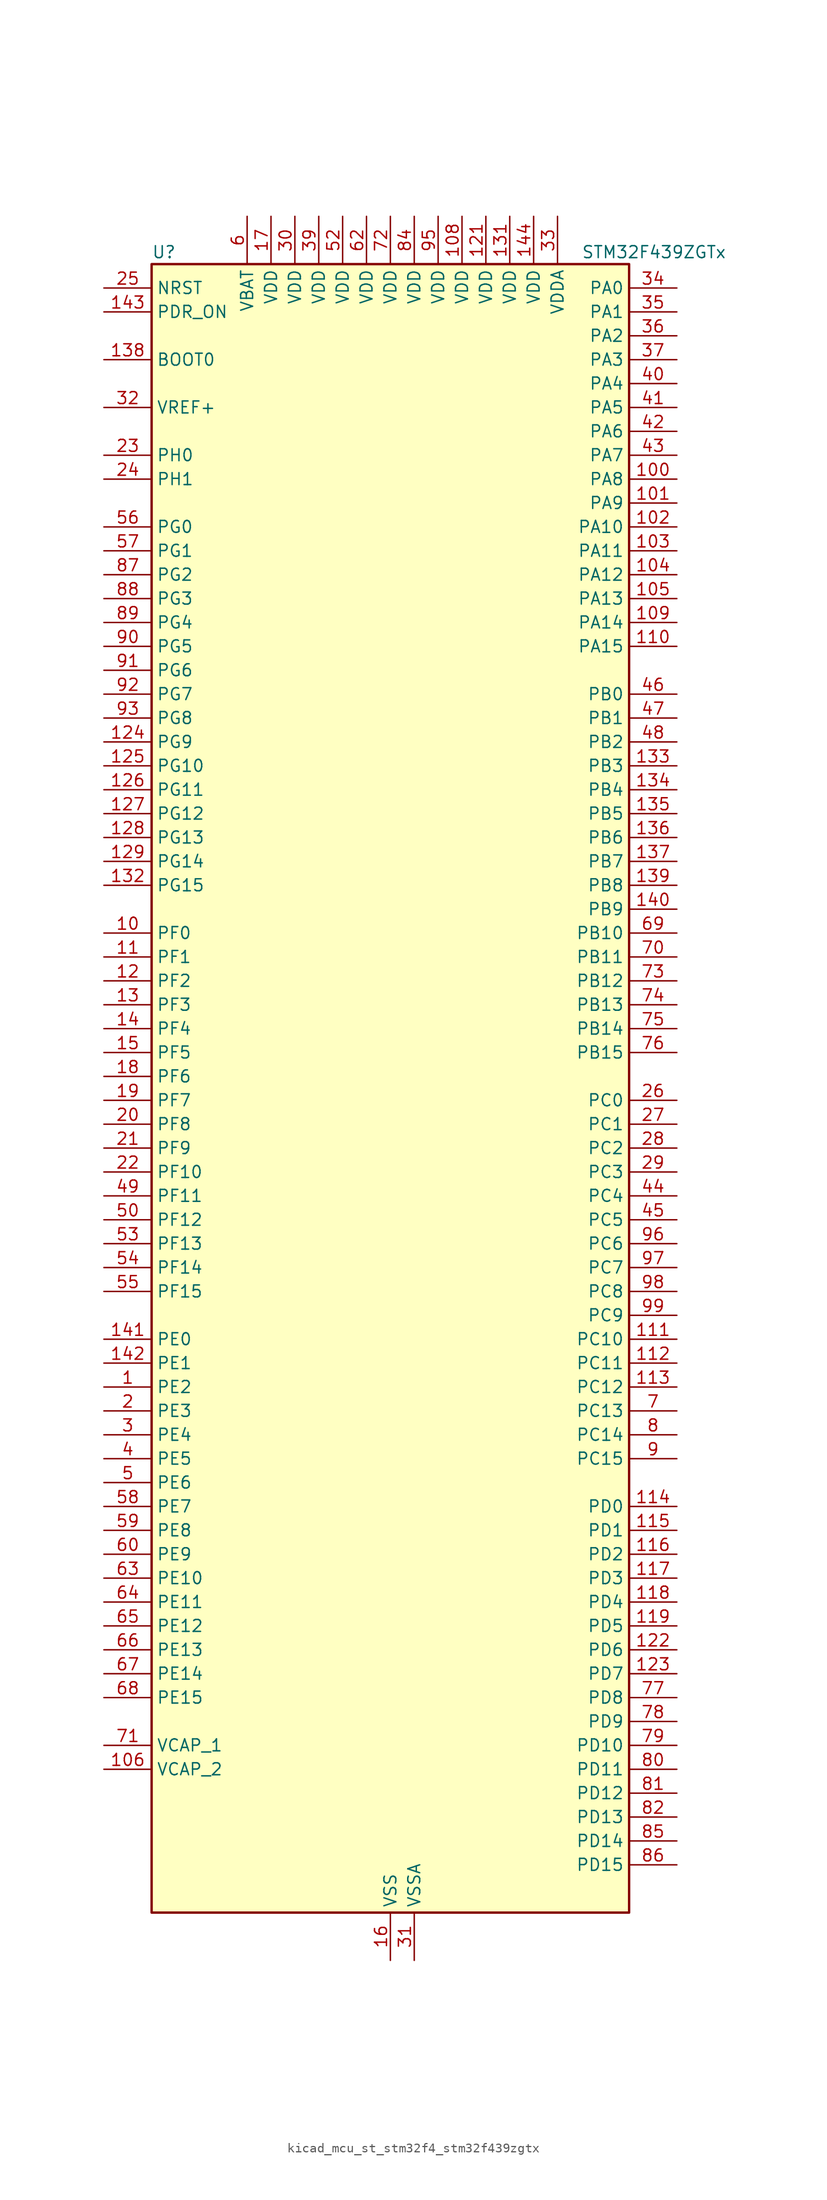
<source format=kicad_sym>
(kicad_symbol_lib
  (version 20220914)
  (generator kicad_symbol_editor)
  (symbol "kicad_mcu_st_stm32f4_stm32f439zgtx"
    (property "Reference" "U"
      (at -25.4 90.17 0)
      (effects (font (size 1.27 1.27)) (justify left)))
    (property "Value" "STM32F439ZGTx"
      (at 20.32 90.17 0)
      (effects (font (size 1.27 1.27)) (justify left)))
    (property "ki_locked" ""
      (at 0 0 0)
      (effects (font (size 1.27 1.27))))
    (symbol "kicad_mcu_st_stm32f4_stm32f439zgtx_0_1"
      (rectangle (start -25.4 -86.36) (end 25.4 88.9) (stroke (width 0.254) (type default)) (fill (type background))))
    (symbol "kicad_mcu_st_stm32f4_stm32f439zgtx_1_1"
      (pin bidirectional line (at -30.48 -30.48 0) (length 5.08) (name "PE2" (effects (font (size 1.27 1.27)))) (number "1" (effects (font (size 1.27 1.27)))) (alternate "ETH_TXD3" bidirectional line) (alternate "FMC_A23" bidirectional line) (alternate "SAI1_MCLK_A" bidirectional line) (alternate "SPI4_SCK" bidirectional line) (alternate "SYS_TRACECLK" bidirectional line))
      (pin bidirectional line (at -30.48 17.78 0) (length 5.08) (name "PF0" (effects (font (size 1.27 1.27)))) (number "10" (effects (font (size 1.27 1.27)))) (alternate "FMC_A0" bidirectional line) (alternate "I2C2_SDA" bidirectional line))
      (pin bidirectional line (at 30.48 66.04 180) (length 5.08) (name "PA8" (effects (font (size 1.27 1.27)))) (number "100" (effects (font (size 1.27 1.27)))) (alternate "I2C3_SCL" bidirectional line) (alternate "LTDC_R6" bidirectional line) (alternate "RCC_MCO_1" bidirectional line) (alternate "TIM1_CH1" bidirectional line) (alternate "USART1_CK" bidirectional line) (alternate "USB_OTG_FS_SOF" bidirectional line))
      (pin bidirectional line (at 30.48 63.5 180) (length 5.08) (name "PA9" (effects (font (size 1.27 1.27)))) (number "101" (effects (font (size 1.27 1.27)))) (alternate "DAC_EXTI9" bidirectional line) (alternate "DCMI_D0" bidirectional line) (alternate "I2C3_SMBA" bidirectional line) (alternate "TIM1_CH2" bidirectional line) (alternate "USART1_TX" bidirectional line) (alternate "USB_OTG_FS_VBUS" bidirectional line))
      (pin bidirectional line (at 30.48 60.96 180) (length 5.08) (name "PA10" (effects (font (size 1.27 1.27)))) (number "102" (effects (font (size 1.27 1.27)))) (alternate "DCMI_D1" bidirectional line) (alternate "TIM1_CH3" bidirectional line) (alternate "USART1_RX" bidirectional line) (alternate "USB_OTG_FS_ID" bidirectional line))
      (pin bidirectional line (at 30.48 58.42 180) (length 5.08) (name "PA11" (effects (font (size 1.27 1.27)))) (number "103" (effects (font (size 1.27 1.27)))) (alternate "ADC1_EXTI11" bidirectional line) (alternate "ADC2_EXTI11" bidirectional line) (alternate "ADC3_EXTI11" bidirectional line) (alternate "CAN1_RX" bidirectional line) (alternate "LTDC_R4" bidirectional line) (alternate "TIM1_CH4" bidirectional line) (alternate "USART1_CTS" bidirectional line) (alternate "USB_OTG_FS_DM" bidirectional line))
      (pin bidirectional line (at 30.48 55.88 180) (length 5.08) (name "PA12" (effects (font (size 1.27 1.27)))) (number "104" (effects (font (size 1.27 1.27)))) (alternate "CAN1_TX" bidirectional line) (alternate "LTDC_R5" bidirectional line) (alternate "TIM1_ETR" bidirectional line) (alternate "USART1_RTS" bidirectional line) (alternate "USB_OTG_FS_DP" bidirectional line))
      (pin bidirectional line (at 30.48 53.34 180) (length 5.08) (name "PA13" (effects (font (size 1.27 1.27)))) (number "105" (effects (font (size 1.27 1.27)))) (alternate "SYS_JTMS-SWDIO" bidirectional line))
      (pin power_out line (at -30.48 -71.12 0) (length 5.08) (name "VCAP_2" (effects (font (size 1.27 1.27)))) (number "106" (effects (font (size 1.27 1.27)))))
      (pin passive line (at 0 -91.44 90) (length 5.08) hide (name "VSS" (effects (font (size 1.27 1.27)))) (number "107" (effects (font (size 1.27 1.27)))))
      (pin power_in line (at 7.62 93.98 270) (length 5.08) (name "VDD" (effects (font (size 1.27 1.27)))) (number "108" (effects (font (size 1.27 1.27)))))
      (pin bidirectional line (at 30.48 50.8 180) (length 5.08) (name "PA14" (effects (font (size 1.27 1.27)))) (number "109" (effects (font (size 1.27 1.27)))) (alternate "SYS_JTCK-SWCLK" bidirectional line))
      (pin bidirectional line (at -30.48 15.24 0) (length 5.08) (name "PF1" (effects (font (size 1.27 1.27)))) (number "11" (effects (font (size 1.27 1.27)))) (alternate "FMC_A1" bidirectional line) (alternate "I2C2_SCL" bidirectional line))
      (pin bidirectional line (at 30.48 48.26 180) (length 5.08) (name "PA15" (effects (font (size 1.27 1.27)))) (number "110" (effects (font (size 1.27 1.27)))) (alternate "ADC1_EXTI15" bidirectional line) (alternate "ADC2_EXTI15" bidirectional line) (alternate "ADC3_EXTI15" bidirectional line) (alternate "I2S3_WS" bidirectional line) (alternate "SPI1_NSS" bidirectional line) (alternate "SPI3_NSS" bidirectional line) (alternate "SYS_JTDI" bidirectional line) (alternate "TIM2_CH1" bidirectional line) (alternate "TIM2_ETR" bidirectional line))
      (pin bidirectional line (at 30.48 -25.4 180) (length 5.08) (name "PC10" (effects (font (size 1.27 1.27)))) (number "111" (effects (font (size 1.27 1.27)))) (alternate "DCMI_D8" bidirectional line) (alternate "I2S3_CK" bidirectional line) (alternate "LTDC_R2" bidirectional line) (alternate "SDIO_D2" bidirectional line) (alternate "SPI3_SCK" bidirectional line) (alternate "UART4_TX" bidirectional line) (alternate "USART3_TX" bidirectional line))
      (pin bidirectional line (at 30.48 -27.94 180) (length 5.08) (name "PC11" (effects (font (size 1.27 1.27)))) (number "112" (effects (font (size 1.27 1.27)))) (alternate "ADC1_EXTI11" bidirectional line) (alternate "ADC2_EXTI11" bidirectional line) (alternate "ADC3_EXTI11" bidirectional line) (alternate "DCMI_D4" bidirectional line) (alternate "I2S3_ext_SD" bidirectional line) (alternate "SDIO_D3" bidirectional line) (alternate "SPI3_MISO" bidirectional line) (alternate "UART4_RX" bidirectional line) (alternate "USART3_RX" bidirectional line))
      (pin bidirectional line (at 30.48 -30.48 180) (length 5.08) (name "PC12" (effects (font (size 1.27 1.27)))) (number "113" (effects (font (size 1.27 1.27)))) (alternate "DCMI_D9" bidirectional line) (alternate "I2S3_SD" bidirectional line) (alternate "SDIO_CK" bidirectional line) (alternate "SPI3_MOSI" bidirectional line) (alternate "UART5_TX" bidirectional line) (alternate "USART3_CK" bidirectional line))
      (pin bidirectional line (at 30.48 -43.18 180) (length 5.08) (name "PD0" (effects (font (size 1.27 1.27)))) (number "114" (effects (font (size 1.27 1.27)))) (alternate "CAN1_RX" bidirectional line) (alternate "FMC_D2" bidirectional line) (alternate "FMC_DA2" bidirectional line))
      (pin bidirectional line (at 30.48 -45.72 180) (length 5.08) (name "PD1" (effects (font (size 1.27 1.27)))) (number "115" (effects (font (size 1.27 1.27)))) (alternate "CAN1_TX" bidirectional line) (alternate "FMC_D3" bidirectional line) (alternate "FMC_DA3" bidirectional line))
      (pin bidirectional line (at 30.48 -48.26 180) (length 5.08) (name "PD2" (effects (font (size 1.27 1.27)))) (number "116" (effects (font (size 1.27 1.27)))) (alternate "DCMI_D11" bidirectional line) (alternate "SDIO_CMD" bidirectional line) (alternate "TIM3_ETR" bidirectional line) (alternate "UART5_RX" bidirectional line))
      (pin bidirectional line (at 30.48 -50.8 180) (length 5.08) (name "PD3" (effects (font (size 1.27 1.27)))) (number "117" (effects (font (size 1.27 1.27)))) (alternate "DCMI_D5" bidirectional line) (alternate "FMC_CLK" bidirectional line) (alternate "I2S2_CK" bidirectional line) (alternate "LTDC_G7" bidirectional line) (alternate "SPI2_SCK" bidirectional line) (alternate "USART2_CTS" bidirectional line))
      (pin bidirectional line (at 30.48 -53.34 180) (length 5.08) (name "PD4" (effects (font (size 1.27 1.27)))) (number "118" (effects (font (size 1.27 1.27)))) (alternate "FMC_NOE" bidirectional line) (alternate "USART2_RTS" bidirectional line))
      (pin bidirectional line (at 30.48 -55.88 180) (length 5.08) (name "PD5" (effects (font (size 1.27 1.27)))) (number "119" (effects (font (size 1.27 1.27)))) (alternate "FMC_NWE" bidirectional line) (alternate "USART2_TX" bidirectional line))
      (pin bidirectional line (at -30.48 12.7 0) (length 5.08) (name "PF2" (effects (font (size 1.27 1.27)))) (number "12" (effects (font (size 1.27 1.27)))) (alternate "FMC_A2" bidirectional line) (alternate "I2C2_SMBA" bidirectional line))
      (pin passive line (at 0 -91.44 90) (length 5.08) hide (name "VSS" (effects (font (size 1.27 1.27)))) (number "120" (effects (font (size 1.27 1.27)))))
      (pin power_in line (at 10.16 93.98 270) (length 5.08) (name "VDD" (effects (font (size 1.27 1.27)))) (number "121" (effects (font (size 1.27 1.27)))))
      (pin bidirectional line (at 30.48 -58.42 180) (length 5.08) (name "PD6" (effects (font (size 1.27 1.27)))) (number "122" (effects (font (size 1.27 1.27)))) (alternate "DCMI_D10" bidirectional line) (alternate "FMC_NWAIT" bidirectional line) (alternate "I2S3_SD" bidirectional line) (alternate "LTDC_B2" bidirectional line) (alternate "SAI1_SD_A" bidirectional line) (alternate "SPI3_MOSI" bidirectional line) (alternate "USART2_RX" bidirectional line))
      (pin bidirectional line (at 30.48 -60.96 180) (length 5.08) (name "PD7" (effects (font (size 1.27 1.27)))) (number "123" (effects (font (size 1.27 1.27)))) (alternate "FMC_NCE2" bidirectional line) (alternate "FMC_NE1" bidirectional line) (alternate "USART2_CK" bidirectional line))
      (pin bidirectional line (at -30.48 38.1 0) (length 5.08) (name "PG9" (effects (font (size 1.27 1.27)))) (number "124" (effects (font (size 1.27 1.27)))) (alternate "DAC_EXTI9" bidirectional line) (alternate "DCMI_VSYNC" bidirectional line) (alternate "FMC_NCE3" bidirectional line) (alternate "FMC_NE2" bidirectional line) (alternate "USART6_RX" bidirectional line))
      (pin bidirectional line (at -30.48 35.56 0) (length 5.08) (name "PG10" (effects (font (size 1.27 1.27)))) (number "125" (effects (font (size 1.27 1.27)))) (alternate "DCMI_D2" bidirectional line) (alternate "FMC_NCE4_1" bidirectional line) (alternate "FMC_NE3" bidirectional line) (alternate "LTDC_B2" bidirectional line) (alternate "LTDC_G3" bidirectional line))
      (pin bidirectional line (at -30.48 33.02 0) (length 5.08) (name "PG11" (effects (font (size 1.27 1.27)))) (number "126" (effects (font (size 1.27 1.27)))) (alternate "ADC1_EXTI11" bidirectional line) (alternate "ADC2_EXTI11" bidirectional line) (alternate "ADC3_EXTI11" bidirectional line) (alternate "DCMI_D3" bidirectional line) (alternate "ETH_TX_EN" bidirectional line) (alternate "FMC_NCE4_2" bidirectional line) (alternate "LTDC_B3" bidirectional line))
      (pin bidirectional line (at -30.48 30.48 0) (length 5.08) (name "PG12" (effects (font (size 1.27 1.27)))) (number "127" (effects (font (size 1.27 1.27)))) (alternate "FMC_NE4" bidirectional line) (alternate "LTDC_B1" bidirectional line) (alternate "LTDC_B4" bidirectional line) (alternate "SPI6_MISO" bidirectional line) (alternate "USART6_RTS" bidirectional line))
      (pin bidirectional line (at -30.48 27.94 0) (length 5.08) (name "PG13" (effects (font (size 1.27 1.27)))) (number "128" (effects (font (size 1.27 1.27)))) (alternate "ETH_TXD0" bidirectional line) (alternate "FMC_A24" bidirectional line) (alternate "SPI6_SCK" bidirectional line) (alternate "USART6_CTS" bidirectional line))
      (pin bidirectional line (at -30.48 25.4 0) (length 5.08) (name "PG14" (effects (font (size 1.27 1.27)))) (number "129" (effects (font (size 1.27 1.27)))) (alternate "ETH_TXD1" bidirectional line) (alternate "FMC_A25" bidirectional line) (alternate "SPI6_MOSI" bidirectional line) (alternate "USART6_TX" bidirectional line))
      (pin bidirectional line (at -30.48 10.16 0) (length 5.08) (name "PF3" (effects (font (size 1.27 1.27)))) (number "13" (effects (font (size 1.27 1.27)))) (alternate "ADC3_IN9" bidirectional line) (alternate "FMC_A3" bidirectional line))
      (pin passive line (at 0 -91.44 90) (length 5.08) hide (name "VSS" (effects (font (size 1.27 1.27)))) (number "130" (effects (font (size 1.27 1.27)))))
      (pin power_in line (at 12.7 93.98 270) (length 5.08) (name "VDD" (effects (font (size 1.27 1.27)))) (number "131" (effects (font (size 1.27 1.27)))))
      (pin bidirectional line (at -30.48 22.86 0) (length 5.08) (name "PG15" (effects (font (size 1.27 1.27)))) (number "132" (effects (font (size 1.27 1.27)))) (alternate "ADC1_EXTI15" bidirectional line) (alternate "ADC2_EXTI15" bidirectional line) (alternate "ADC3_EXTI15" bidirectional line) (alternate "DCMI_D13" bidirectional line) (alternate "FMC_SDNCAS" bidirectional line) (alternate "USART6_CTS" bidirectional line))
      (pin bidirectional line (at 30.48 35.56 180) (length 5.08) (name "PB3" (effects (font (size 1.27 1.27)))) (number "133" (effects (font (size 1.27 1.27)))) (alternate "I2S3_CK" bidirectional line) (alternate "SPI1_SCK" bidirectional line) (alternate "SPI3_SCK" bidirectional line) (alternate "SYS_JTDO-SWO" bidirectional line) (alternate "TIM2_CH2" bidirectional line))
      (pin bidirectional line (at 30.48 33.02 180) (length 5.08) (name "PB4" (effects (font (size 1.27 1.27)))) (number "134" (effects (font (size 1.27 1.27)))) (alternate "I2S3_ext_SD" bidirectional line) (alternate "SPI1_MISO" bidirectional line) (alternate "SPI3_MISO" bidirectional line) (alternate "SYS_JTRST" bidirectional line) (alternate "TIM3_CH1" bidirectional line))
      (pin bidirectional line (at 30.48 30.48 180) (length 5.08) (name "PB5" (effects (font (size 1.27 1.27)))) (number "135" (effects (font (size 1.27 1.27)))) (alternate "CAN2_RX" bidirectional line) (alternate "DCMI_D10" bidirectional line) (alternate "ETH_PPS_OUT" bidirectional line) (alternate "FMC_SDCKE1" bidirectional line) (alternate "I2C1_SMBA" bidirectional line) (alternate "I2S3_SD" bidirectional line) (alternate "SPI1_MOSI" bidirectional line) (alternate "SPI3_MOSI" bidirectional line) (alternate "TIM3_CH2" bidirectional line) (alternate "USB_OTG_HS_ULPI_D7" bidirectional line))
      (pin bidirectional line (at 30.48 27.94 180) (length 5.08) (name "PB6" (effects (font (size 1.27 1.27)))) (number "136" (effects (font (size 1.27 1.27)))) (alternate "CAN2_TX" bidirectional line) (alternate "DCMI_D5" bidirectional line) (alternate "FMC_SDNE1" bidirectional line) (alternate "I2C1_SCL" bidirectional line) (alternate "TIM4_CH1" bidirectional line) (alternate "USART1_TX" bidirectional line))
      (pin bidirectional line (at 30.48 25.4 180) (length 5.08) (name "PB7" (effects (font (size 1.27 1.27)))) (number "137" (effects (font (size 1.27 1.27)))) (alternate "DCMI_VSYNC" bidirectional line) (alternate "FMC_NL" bidirectional line) (alternate "I2C1_SDA" bidirectional line) (alternate "TIM4_CH2" bidirectional line) (alternate "USART1_RX" bidirectional line))
      (pin input line (at -30.48 78.74 0) (length 5.08) (name "BOOT0" (effects (font (size 1.27 1.27)))) (number "138" (effects (font (size 1.27 1.27)))))
      (pin bidirectional line (at 30.48 22.86 180) (length 5.08) (name "PB8" (effects (font (size 1.27 1.27)))) (number "139" (effects (font (size 1.27 1.27)))) (alternate "CAN1_RX" bidirectional line) (alternate "DCMI_D6" bidirectional line) (alternate "ETH_TXD3" bidirectional line) (alternate "I2C1_SCL" bidirectional line) (alternate "LTDC_B6" bidirectional line) (alternate "SDIO_D4" bidirectional line) (alternate "TIM10_CH1" bidirectional line) (alternate "TIM4_CH3" bidirectional line))
      (pin bidirectional line (at -30.48 7.62 0) (length 5.08) (name "PF4" (effects (font (size 1.27 1.27)))) (number "14" (effects (font (size 1.27 1.27)))) (alternate "ADC3_IN14" bidirectional line) (alternate "FMC_A4" bidirectional line))
      (pin bidirectional line (at 30.48 20.32 180) (length 5.08) (name "PB9" (effects (font (size 1.27 1.27)))) (number "140" (effects (font (size 1.27 1.27)))) (alternate "CAN1_TX" bidirectional line) (alternate "DAC_EXTI9" bidirectional line) (alternate "DCMI_D7" bidirectional line) (alternate "I2C1_SDA" bidirectional line) (alternate "I2S2_WS" bidirectional line) (alternate "LTDC_B7" bidirectional line) (alternate "SDIO_D5" bidirectional line) (alternate "SPI2_NSS" bidirectional line) (alternate "TIM11_CH1" bidirectional line) (alternate "TIM4_CH4" bidirectional line))
      (pin bidirectional line (at -30.48 -25.4 0) (length 5.08) (name "PE0" (effects (font (size 1.27 1.27)))) (number "141" (effects (font (size 1.27 1.27)))) (alternate "DCMI_D2" bidirectional line) (alternate "FMC_NBL0" bidirectional line) (alternate "TIM4_ETR" bidirectional line) (alternate "UART8_RX" bidirectional line))
      (pin bidirectional line (at -30.48 -27.94 0) (length 5.08) (name "PE1" (effects (font (size 1.27 1.27)))) (number "142" (effects (font (size 1.27 1.27)))) (alternate "DCMI_D3" bidirectional line) (alternate "FMC_NBL1" bidirectional line) (alternate "UART8_TX" bidirectional line))
      (pin input line (at -30.48 83.82 0) (length 5.08) (name "PDR_ON" (effects (font (size 1.27 1.27)))) (number "143" (effects (font (size 1.27 1.27)))))
      (pin power_in line (at 15.24 93.98 270) (length 5.08) (name "VDD" (effects (font (size 1.27 1.27)))) (number "144" (effects (font (size 1.27 1.27)))))
      (pin bidirectional line (at -30.48 5.08 0) (length 5.08) (name "PF5" (effects (font (size 1.27 1.27)))) (number "15" (effects (font (size 1.27 1.27)))) (alternate "ADC3_IN15" bidirectional line) (alternate "FMC_A5" bidirectional line))
      (pin power_in line (at 0 -91.44 90) (length 5.08) (name "VSS" (effects (font (size 1.27 1.27)))) (number "16" (effects (font (size 1.27 1.27)))))
      (pin power_in line (at -12.7 93.98 270) (length 5.08) (name "VDD" (effects (font (size 1.27 1.27)))) (number "17" (effects (font (size 1.27 1.27)))))
      (pin bidirectional line (at -30.48 2.54 0) (length 5.08) (name "PF6" (effects (font (size 1.27 1.27)))) (number "18" (effects (font (size 1.27 1.27)))) (alternate "ADC3_IN4" bidirectional line) (alternate "FMC_NIORD" bidirectional line) (alternate "SAI1_SD_B" bidirectional line) (alternate "SPI5_NSS" bidirectional line) (alternate "TIM10_CH1" bidirectional line) (alternate "UART7_RX" bidirectional line))
      (pin bidirectional line (at -30.48 0 0) (length 5.08) (name "PF7" (effects (font (size 1.27 1.27)))) (number "19" (effects (font (size 1.27 1.27)))) (alternate "ADC3_IN5" bidirectional line) (alternate "FMC_NREG" bidirectional line) (alternate "SAI1_MCLK_B" bidirectional line) (alternate "SPI5_SCK" bidirectional line) (alternate "TIM11_CH1" bidirectional line) (alternate "UART7_TX" bidirectional line))
      (pin bidirectional line (at -30.48 -33.02 0) (length 5.08) (name "PE3" (effects (font (size 1.27 1.27)))) (number "2" (effects (font (size 1.27 1.27)))) (alternate "FMC_A19" bidirectional line) (alternate "SAI1_SD_B" bidirectional line) (alternate "SYS_TRACED0" bidirectional line))
      (pin bidirectional line (at -30.48 -2.54 0) (length 5.08) (name "PF8" (effects (font (size 1.27 1.27)))) (number "20" (effects (font (size 1.27 1.27)))) (alternate "ADC3_IN6" bidirectional line) (alternate "FMC_NIOWR" bidirectional line) (alternate "SAI1_SCK_B" bidirectional line) (alternate "SPI5_MISO" bidirectional line) (alternate "TIM13_CH1" bidirectional line))
      (pin bidirectional line (at -30.48 -5.08 0) (length 5.08) (name "PF9" (effects (font (size 1.27 1.27)))) (number "21" (effects (font (size 1.27 1.27)))) (alternate "ADC3_IN7" bidirectional line) (alternate "DAC_EXTI9" bidirectional line) (alternate "FMC_CD" bidirectional line) (alternate "SAI1_FS_B" bidirectional line) (alternate "SPI5_MOSI" bidirectional line) (alternate "TIM14_CH1" bidirectional line))
      (pin bidirectional line (at -30.48 -7.62 0) (length 5.08) (name "PF10" (effects (font (size 1.27 1.27)))) (number "22" (effects (font (size 1.27 1.27)))) (alternate "ADC3_IN8" bidirectional line) (alternate "DCMI_D11" bidirectional line) (alternate "FMC_INTR" bidirectional line) (alternate "LTDC_DE" bidirectional line))
      (pin bidirectional line (at -30.48 68.58 0) (length 5.08) (name "PH0" (effects (font (size 1.27 1.27)))) (number "23" (effects (font (size 1.27 1.27)))) (alternate "RCC_OSC_IN" bidirectional line))
      (pin bidirectional line (at -30.48 66.04 0) (length 5.08) (name "PH1" (effects (font (size 1.27 1.27)))) (number "24" (effects (font (size 1.27 1.27)))) (alternate "RCC_OSC_OUT" bidirectional line))
      (pin input line (at -30.48 86.36 0) (length 5.08) (name "NRST" (effects (font (size 1.27 1.27)))) (number "25" (effects (font (size 1.27 1.27)))))
      (pin bidirectional line (at 30.48 0 180) (length 5.08) (name "PC0" (effects (font (size 1.27 1.27)))) (number "26" (effects (font (size 1.27 1.27)))) (alternate "ADC1_IN10" bidirectional line) (alternate "ADC2_IN10" bidirectional line) (alternate "ADC3_IN10" bidirectional line) (alternate "FMC_SDNWE" bidirectional line) (alternate "USB_OTG_HS_ULPI_STP" bidirectional line))
      (pin bidirectional line (at 30.48 -2.54 180) (length 5.08) (name "PC1" (effects (font (size 1.27 1.27)))) (number "27" (effects (font (size 1.27 1.27)))) (alternate "ADC1_IN11" bidirectional line) (alternate "ADC2_IN11" bidirectional line) (alternate "ADC3_IN11" bidirectional line) (alternate "ETH_MDC" bidirectional line))
      (pin bidirectional line (at 30.48 -5.08 180) (length 5.08) (name "PC2" (effects (font (size 1.27 1.27)))) (number "28" (effects (font (size 1.27 1.27)))) (alternate "ADC1_IN12" bidirectional line) (alternate "ADC2_IN12" bidirectional line) (alternate "ADC3_IN12" bidirectional line) (alternate "ETH_TXD2" bidirectional line) (alternate "FMC_SDNE0" bidirectional line) (alternate "I2S2_ext_SD" bidirectional line) (alternate "SPI2_MISO" bidirectional line) (alternate "USB_OTG_HS_ULPI_DIR" bidirectional line))
      (pin bidirectional line (at 30.48 -7.62 180) (length 5.08) (name "PC3" (effects (font (size 1.27 1.27)))) (number "29" (effects (font (size 1.27 1.27)))) (alternate "ADC1_IN13" bidirectional line) (alternate "ADC2_IN13" bidirectional line) (alternate "ADC3_IN13" bidirectional line) (alternate "ETH_TX_CLK" bidirectional line) (alternate "FMC_SDCKE0" bidirectional line) (alternate "I2S2_SD" bidirectional line) (alternate "SPI2_MOSI" bidirectional line) (alternate "USB_OTG_HS_ULPI_NXT" bidirectional line))
      (pin bidirectional line (at -30.48 -35.56 0) (length 5.08) (name "PE4" (effects (font (size 1.27 1.27)))) (number "3" (effects (font (size 1.27 1.27)))) (alternate "DCMI_D4" bidirectional line) (alternate "FMC_A20" bidirectional line) (alternate "LTDC_B0" bidirectional line) (alternate "SAI1_FS_A" bidirectional line) (alternate "SPI4_NSS" bidirectional line) (alternate "SYS_TRACED1" bidirectional line))
      (pin power_in line (at -10.16 93.98 270) (length 5.08) (name "VDD" (effects (font (size 1.27 1.27)))) (number "30" (effects (font (size 1.27 1.27)))))
      (pin power_in line (at 2.54 -91.44 90) (length 5.08) (name "VSSA" (effects (font (size 1.27 1.27)))) (number "31" (effects (font (size 1.27 1.27)))))
      (pin input line (at -30.48 73.66 0) (length 5.08) (name "VREF+" (effects (font (size 1.27 1.27)))) (number "32" (effects (font (size 1.27 1.27)))))
      (pin power_in line (at 17.78 93.98 270) (length 5.08) (name "VDDA" (effects (font (size 1.27 1.27)))) (number "33" (effects (font (size 1.27 1.27)))))
      (pin bidirectional line (at 30.48 86.36 180) (length 5.08) (name "PA0" (effects (font (size 1.27 1.27)))) (number "34" (effects (font (size 1.27 1.27)))) (alternate "ADC1_IN0" bidirectional line) (alternate "ADC2_IN0" bidirectional line) (alternate "ADC3_IN0" bidirectional line) (alternate "ETH_CRS" bidirectional line) (alternate "SYS_WKUP" bidirectional line) (alternate "TIM2_CH1" bidirectional line) (alternate "TIM2_ETR" bidirectional line) (alternate "TIM5_CH1" bidirectional line) (alternate "TIM8_ETR" bidirectional line) (alternate "UART4_TX" bidirectional line) (alternate "USART2_CTS" bidirectional line))
      (pin bidirectional line (at 30.48 83.82 180) (length 5.08) (name "PA1" (effects (font (size 1.27 1.27)))) (number "35" (effects (font (size 1.27 1.27)))) (alternate "ADC1_IN1" bidirectional line) (alternate "ADC2_IN1" bidirectional line) (alternate "ADC3_IN1" bidirectional line) (alternate "ETH_REF_CLK" bidirectional line) (alternate "ETH_RX_CLK" bidirectional line) (alternate "TIM2_CH2" bidirectional line) (alternate "TIM5_CH2" bidirectional line) (alternate "UART4_RX" bidirectional line) (alternate "USART2_RTS" bidirectional line))
      (pin bidirectional line (at 30.48 81.28 180) (length 5.08) (name "PA2" (effects (font (size 1.27 1.27)))) (number "36" (effects (font (size 1.27 1.27)))) (alternate "ADC1_IN2" bidirectional line) (alternate "ADC2_IN2" bidirectional line) (alternate "ADC3_IN2" bidirectional line) (alternate "ETH_MDIO" bidirectional line) (alternate "TIM2_CH3" bidirectional line) (alternate "TIM5_CH3" bidirectional line) (alternate "TIM9_CH1" bidirectional line) (alternate "USART2_TX" bidirectional line))
      (pin bidirectional line (at 30.48 78.74 180) (length 5.08) (name "PA3" (effects (font (size 1.27 1.27)))) (number "37" (effects (font (size 1.27 1.27)))) (alternate "ADC1_IN3" bidirectional line) (alternate "ADC2_IN3" bidirectional line) (alternate "ADC3_IN3" bidirectional line) (alternate "ETH_COL" bidirectional line) (alternate "LTDC_B5" bidirectional line) (alternate "TIM2_CH4" bidirectional line) (alternate "TIM5_CH4" bidirectional line) (alternate "TIM9_CH2" bidirectional line) (alternate "USART2_RX" bidirectional line) (alternate "USB_OTG_HS_ULPI_D0" bidirectional line))
      (pin passive line (at 0 -91.44 90) (length 5.08) hide (name "VSS" (effects (font (size 1.27 1.27)))) (number "38" (effects (font (size 1.27 1.27)))))
      (pin power_in line (at -7.62 93.98 270) (length 5.08) (name "VDD" (effects (font (size 1.27 1.27)))) (number "39" (effects (font (size 1.27 1.27)))))
      (pin bidirectional line (at -30.48 -38.1 0) (length 5.08) (name "PE5" (effects (font (size 1.27 1.27)))) (number "4" (effects (font (size 1.27 1.27)))) (alternate "DCMI_D6" bidirectional line) (alternate "FMC_A21" bidirectional line) (alternate "LTDC_G0" bidirectional line) (alternate "SAI1_SCK_A" bidirectional line) (alternate "SPI4_MISO" bidirectional line) (alternate "SYS_TRACED2" bidirectional line) (alternate "TIM9_CH1" bidirectional line))
      (pin bidirectional line (at 30.48 76.2 180) (length 5.08) (name "PA4" (effects (font (size 1.27 1.27)))) (number "40" (effects (font (size 1.27 1.27)))) (alternate "ADC1_IN4" bidirectional line) (alternate "ADC2_IN4" bidirectional line) (alternate "DAC_OUT1" bidirectional line) (alternate "DCMI_HSYNC" bidirectional line) (alternate "I2S3_WS" bidirectional line) (alternate "LTDC_VSYNC" bidirectional line) (alternate "SPI1_NSS" bidirectional line) (alternate "SPI3_NSS" bidirectional line) (alternate "USART2_CK" bidirectional line) (alternate "USB_OTG_HS_SOF" bidirectional line))
      (pin bidirectional line (at 30.48 73.66 180) (length 5.08) (name "PA5" (effects (font (size 1.27 1.27)))) (number "41" (effects (font (size 1.27 1.27)))) (alternate "ADC1_IN5" bidirectional line) (alternate "ADC2_IN5" bidirectional line) (alternate "DAC_OUT2" bidirectional line) (alternate "SPI1_SCK" bidirectional line) (alternate "TIM2_CH1" bidirectional line) (alternate "TIM2_ETR" bidirectional line) (alternate "TIM8_CH1N" bidirectional line) (alternate "USB_OTG_HS_ULPI_CK" bidirectional line))
      (pin bidirectional line (at 30.48 71.12 180) (length 5.08) (name "PA6" (effects (font (size 1.27 1.27)))) (number "42" (effects (font (size 1.27 1.27)))) (alternate "ADC1_IN6" bidirectional line) (alternate "ADC2_IN6" bidirectional line) (alternate "DCMI_PIXCLK" bidirectional line) (alternate "LTDC_G2" bidirectional line) (alternate "SPI1_MISO" bidirectional line) (alternate "TIM13_CH1" bidirectional line) (alternate "TIM1_BKIN" bidirectional line) (alternate "TIM3_CH1" bidirectional line) (alternate "TIM8_BKIN" bidirectional line))
      (pin bidirectional line (at 30.48 68.58 180) (length 5.08) (name "PA7" (effects (font (size 1.27 1.27)))) (number "43" (effects (font (size 1.27 1.27)))) (alternate "ADC1_IN7" bidirectional line) (alternate "ADC2_IN7" bidirectional line) (alternate "ETH_CRS_DV" bidirectional line) (alternate "ETH_RX_DV" bidirectional line) (alternate "SPI1_MOSI" bidirectional line) (alternate "TIM14_CH1" bidirectional line) (alternate "TIM1_CH1N" bidirectional line) (alternate "TIM3_CH2" bidirectional line) (alternate "TIM8_CH1N" bidirectional line))
      (pin bidirectional line (at 30.48 -10.16 180) (length 5.08) (name "PC4" (effects (font (size 1.27 1.27)))) (number "44" (effects (font (size 1.27 1.27)))) (alternate "ADC1_IN14" bidirectional line) (alternate "ADC2_IN14" bidirectional line) (alternate "ETH_RXD0" bidirectional line))
      (pin bidirectional line (at 30.48 -12.7 180) (length 5.08) (name "PC5" (effects (font (size 1.27 1.27)))) (number "45" (effects (font (size 1.27 1.27)))) (alternate "ADC1_IN15" bidirectional line) (alternate "ADC2_IN15" bidirectional line) (alternate "ETH_RXD1" bidirectional line))
      (pin bidirectional line (at 30.48 43.18 180) (length 5.08) (name "PB0" (effects (font (size 1.27 1.27)))) (number "46" (effects (font (size 1.27 1.27)))) (alternate "ADC1_IN8" bidirectional line) (alternate "ADC2_IN8" bidirectional line) (alternate "ETH_RXD2" bidirectional line) (alternate "LTDC_R3" bidirectional line) (alternate "TIM1_CH2N" bidirectional line) (alternate "TIM3_CH3" bidirectional line) (alternate "TIM8_CH2N" bidirectional line) (alternate "USB_OTG_HS_ULPI_D1" bidirectional line))
      (pin bidirectional line (at 30.48 40.64 180) (length 5.08) (name "PB1" (effects (font (size 1.27 1.27)))) (number "47" (effects (font (size 1.27 1.27)))) (alternate "ADC1_IN9" bidirectional line) (alternate "ADC2_IN9" bidirectional line) (alternate "ETH_RXD3" bidirectional line) (alternate "LTDC_R6" bidirectional line) (alternate "TIM1_CH3N" bidirectional line) (alternate "TIM3_CH4" bidirectional line) (alternate "TIM8_CH3N" bidirectional line) (alternate "USB_OTG_HS_ULPI_D2" bidirectional line))
      (pin bidirectional line (at 30.48 38.1 180) (length 5.08) (name "PB2" (effects (font (size 1.27 1.27)))) (number "48" (effects (font (size 1.27 1.27)))))
      (pin bidirectional line (at -30.48 -10.16 0) (length 5.08) (name "PF11" (effects (font (size 1.27 1.27)))) (number "49" (effects (font (size 1.27 1.27)))) (alternate "ADC1_EXTI11" bidirectional line) (alternate "ADC2_EXTI11" bidirectional line) (alternate "ADC3_EXTI11" bidirectional line) (alternate "DCMI_D12" bidirectional line) (alternate "FMC_SDNRAS" bidirectional line) (alternate "SPI5_MOSI" bidirectional line))
      (pin bidirectional line (at -30.48 -40.64 0) (length 5.08) (name "PE6" (effects (font (size 1.27 1.27)))) (number "5" (effects (font (size 1.27 1.27)))) (alternate "DCMI_D7" bidirectional line) (alternate "FMC_A22" bidirectional line) (alternate "LTDC_G1" bidirectional line) (alternate "SAI1_SD_A" bidirectional line) (alternate "SPI4_MOSI" bidirectional line) (alternate "SYS_TRACED3" bidirectional line) (alternate "TIM9_CH2" bidirectional line))
      (pin bidirectional line (at -30.48 -12.7 0) (length 5.08) (name "PF12" (effects (font (size 1.27 1.27)))) (number "50" (effects (font (size 1.27 1.27)))) (alternate "FMC_A6" bidirectional line))
      (pin passive line (at 0 -91.44 90) (length 5.08) hide (name "VSS" (effects (font (size 1.27 1.27)))) (number "51" (effects (font (size 1.27 1.27)))))
      (pin power_in line (at -5.08 93.98 270) (length 5.08) (name "VDD" (effects (font (size 1.27 1.27)))) (number "52" (effects (font (size 1.27 1.27)))))
      (pin bidirectional line (at -30.48 -15.24 0) (length 5.08) (name "PF13" (effects (font (size 1.27 1.27)))) (number "53" (effects (font (size 1.27 1.27)))) (alternate "FMC_A7" bidirectional line))
      (pin bidirectional line (at -30.48 -17.78 0) (length 5.08) (name "PF14" (effects (font (size 1.27 1.27)))) (number "54" (effects (font (size 1.27 1.27)))) (alternate "FMC_A8" bidirectional line))
      (pin bidirectional line (at -30.48 -20.32 0) (length 5.08) (name "PF15" (effects (font (size 1.27 1.27)))) (number "55" (effects (font (size 1.27 1.27)))) (alternate "ADC1_EXTI15" bidirectional line) (alternate "ADC2_EXTI15" bidirectional line) (alternate "ADC3_EXTI15" bidirectional line) (alternate "FMC_A9" bidirectional line))
      (pin bidirectional line (at -30.48 60.96 0) (length 5.08) (name "PG0" (effects (font (size 1.27 1.27)))) (number "56" (effects (font (size 1.27 1.27)))) (alternate "FMC_A10" bidirectional line))
      (pin bidirectional line (at -30.48 58.42 0) (length 5.08) (name "PG1" (effects (font (size 1.27 1.27)))) (number "57" (effects (font (size 1.27 1.27)))) (alternate "FMC_A11" bidirectional line))
      (pin bidirectional line (at -30.48 -43.18 0) (length 5.08) (name "PE7" (effects (font (size 1.27 1.27)))) (number "58" (effects (font (size 1.27 1.27)))) (alternate "FMC_D4" bidirectional line) (alternate "FMC_DA4" bidirectional line) (alternate "TIM1_ETR" bidirectional line) (alternate "UART7_RX" bidirectional line))
      (pin bidirectional line (at -30.48 -45.72 0) (length 5.08) (name "PE8" (effects (font (size 1.27 1.27)))) (number "59" (effects (font (size 1.27 1.27)))) (alternate "FMC_D5" bidirectional line) (alternate "FMC_DA5" bidirectional line) (alternate "TIM1_CH1N" bidirectional line) (alternate "UART7_TX" bidirectional line))
      (pin power_in line (at -15.24 93.98 270) (length 5.08) (name "VBAT" (effects (font (size 1.27 1.27)))) (number "6" (effects (font (size 1.27 1.27)))))
      (pin bidirectional line (at -30.48 -48.26 0) (length 5.08) (name "PE9" (effects (font (size 1.27 1.27)))) (number "60" (effects (font (size 1.27 1.27)))) (alternate "DAC_EXTI9" bidirectional line) (alternate "FMC_D6" bidirectional line) (alternate "FMC_DA6" bidirectional line) (alternate "TIM1_CH1" bidirectional line))
      (pin passive line (at 0 -91.44 90) (length 5.08) hide (name "VSS" (effects (font (size 1.27 1.27)))) (number "61" (effects (font (size 1.27 1.27)))))
      (pin power_in line (at -2.54 93.98 270) (length 5.08) (name "VDD" (effects (font (size 1.27 1.27)))) (number "62" (effects (font (size 1.27 1.27)))))
      (pin bidirectional line (at -30.48 -50.8 0) (length 5.08) (name "PE10" (effects (font (size 1.27 1.27)))) (number "63" (effects (font (size 1.27 1.27)))) (alternate "FMC_D7" bidirectional line) (alternate "FMC_DA7" bidirectional line) (alternate "TIM1_CH2N" bidirectional line))
      (pin bidirectional line (at -30.48 -53.34 0) (length 5.08) (name "PE11" (effects (font (size 1.27 1.27)))) (number "64" (effects (font (size 1.27 1.27)))) (alternate "ADC1_EXTI11" bidirectional line) (alternate "ADC2_EXTI11" bidirectional line) (alternate "ADC3_EXTI11" bidirectional line) (alternate "FMC_D8" bidirectional line) (alternate "FMC_DA8" bidirectional line) (alternate "LTDC_G3" bidirectional line) (alternate "SPI4_NSS" bidirectional line) (alternate "TIM1_CH2" bidirectional line))
      (pin bidirectional line (at -30.48 -55.88 0) (length 5.08) (name "PE12" (effects (font (size 1.27 1.27)))) (number "65" (effects (font (size 1.27 1.27)))) (alternate "FMC_D9" bidirectional line) (alternate "FMC_DA9" bidirectional line) (alternate "LTDC_B4" bidirectional line) (alternate "SPI4_SCK" bidirectional line) (alternate "TIM1_CH3N" bidirectional line))
      (pin bidirectional line (at -30.48 -58.42 0) (length 5.08) (name "PE13" (effects (font (size 1.27 1.27)))) (number "66" (effects (font (size 1.27 1.27)))) (alternate "FMC_D10" bidirectional line) (alternate "FMC_DA10" bidirectional line) (alternate "LTDC_DE" bidirectional line) (alternate "SPI4_MISO" bidirectional line) (alternate "TIM1_CH3" bidirectional line))
      (pin bidirectional line (at -30.48 -60.96 0) (length 5.08) (name "PE14" (effects (font (size 1.27 1.27)))) (number "67" (effects (font (size 1.27 1.27)))) (alternate "FMC_D11" bidirectional line) (alternate "FMC_DA11" bidirectional line) (alternate "LTDC_CLK" bidirectional line) (alternate "SPI4_MOSI" bidirectional line) (alternate "TIM1_CH4" bidirectional line))
      (pin bidirectional line (at -30.48 -63.5 0) (length 5.08) (name "PE15" (effects (font (size 1.27 1.27)))) (number "68" (effects (font (size 1.27 1.27)))) (alternate "ADC1_EXTI15" bidirectional line) (alternate "ADC2_EXTI15" bidirectional line) (alternate "ADC3_EXTI15" bidirectional line) (alternate "FMC_D12" bidirectional line) (alternate "FMC_DA12" bidirectional line) (alternate "LTDC_R7" bidirectional line) (alternate "TIM1_BKIN" bidirectional line))
      (pin bidirectional line (at 30.48 17.78 180) (length 5.08) (name "PB10" (effects (font (size 1.27 1.27)))) (number "69" (effects (font (size 1.27 1.27)))) (alternate "ETH_RX_ER" bidirectional line) (alternate "I2C2_SCL" bidirectional line) (alternate "I2S2_CK" bidirectional line) (alternate "LTDC_G4" bidirectional line) (alternate "SPI2_SCK" bidirectional line) (alternate "TIM2_CH3" bidirectional line) (alternate "USART3_TX" bidirectional line) (alternate "USB_OTG_HS_ULPI_D3" bidirectional line))
      (pin bidirectional line (at 30.48 -33.02 180) (length 5.08) (name "PC13" (effects (font (size 1.27 1.27)))) (number "7" (effects (font (size 1.27 1.27)))) (alternate "RTC_AF1" bidirectional line))
      (pin bidirectional line (at 30.48 15.24 180) (length 5.08) (name "PB11" (effects (font (size 1.27 1.27)))) (number "70" (effects (font (size 1.27 1.27)))) (alternate "ADC1_EXTI11" bidirectional line) (alternate "ADC2_EXTI11" bidirectional line) (alternate "ADC3_EXTI11" bidirectional line) (alternate "ETH_TX_EN" bidirectional line) (alternate "I2C2_SDA" bidirectional line) (alternate "LTDC_G5" bidirectional line) (alternate "TIM2_CH4" bidirectional line) (alternate "USART3_RX" bidirectional line) (alternate "USB_OTG_HS_ULPI_D4" bidirectional line))
      (pin power_out line (at -30.48 -68.58 0) (length 5.08) (name "VCAP_1" (effects (font (size 1.27 1.27)))) (number "71" (effects (font (size 1.27 1.27)))))
      (pin power_in line (at 0 93.98 270) (length 5.08) (name "VDD" (effects (font (size 1.27 1.27)))) (number "72" (effects (font (size 1.27 1.27)))))
      (pin bidirectional line (at 30.48 12.7 180) (length 5.08) (name "PB12" (effects (font (size 1.27 1.27)))) (number "73" (effects (font (size 1.27 1.27)))) (alternate "CAN2_RX" bidirectional line) (alternate "ETH_TXD0" bidirectional line) (alternate "I2C2_SMBA" bidirectional line) (alternate "I2S2_WS" bidirectional line) (alternate "SPI2_NSS" bidirectional line) (alternate "TIM1_BKIN" bidirectional line) (alternate "USART3_CK" bidirectional line) (alternate "USB_OTG_HS_ID" bidirectional line) (alternate "USB_OTG_HS_ULPI_D5" bidirectional line))
      (pin bidirectional line (at 30.48 10.16 180) (length 5.08) (name "PB13" (effects (font (size 1.27 1.27)))) (number "74" (effects (font (size 1.27 1.27)))) (alternate "CAN2_TX" bidirectional line) (alternate "ETH_TXD1" bidirectional line) (alternate "I2S2_CK" bidirectional line) (alternate "SPI2_SCK" bidirectional line) (alternate "TIM1_CH1N" bidirectional line) (alternate "USART3_CTS" bidirectional line) (alternate "USB_OTG_HS_ULPI_D6" bidirectional line) (alternate "USB_OTG_HS_VBUS" bidirectional line))
      (pin bidirectional line (at 30.48 7.62 180) (length 5.08) (name "PB14" (effects (font (size 1.27 1.27)))) (number "75" (effects (font (size 1.27 1.27)))) (alternate "I2S2_ext_SD" bidirectional line) (alternate "SPI2_MISO" bidirectional line) (alternate "TIM12_CH1" bidirectional line) (alternate "TIM1_CH2N" bidirectional line) (alternate "TIM8_CH2N" bidirectional line) (alternate "USART3_RTS" bidirectional line) (alternate "USB_OTG_HS_DM" bidirectional line))
      (pin bidirectional line (at 30.48 5.08 180) (length 5.08) (name "PB15" (effects (font (size 1.27 1.27)))) (number "76" (effects (font (size 1.27 1.27)))) (alternate "ADC1_EXTI15" bidirectional line) (alternate "ADC2_EXTI15" bidirectional line) (alternate "ADC3_EXTI15" bidirectional line) (alternate "I2S2_SD" bidirectional line) (alternate "RTC_REFIN" bidirectional line) (alternate "SPI2_MOSI" bidirectional line) (alternate "TIM12_CH2" bidirectional line) (alternate "TIM1_CH3N" bidirectional line) (alternate "TIM8_CH3N" bidirectional line) (alternate "USB_OTG_HS_DP" bidirectional line))
      (pin bidirectional line (at 30.48 -63.5 180) (length 5.08) (name "PD8" (effects (font (size 1.27 1.27)))) (number "77" (effects (font (size 1.27 1.27)))) (alternate "FMC_D13" bidirectional line) (alternate "FMC_DA13" bidirectional line) (alternate "USART3_TX" bidirectional line))
      (pin bidirectional line (at 30.48 -66.04 180) (length 5.08) (name "PD9" (effects (font (size 1.27 1.27)))) (number "78" (effects (font (size 1.27 1.27)))) (alternate "DAC_EXTI9" bidirectional line) (alternate "FMC_D14" bidirectional line) (alternate "FMC_DA14" bidirectional line) (alternate "USART3_RX" bidirectional line))
      (pin bidirectional line (at 30.48 -68.58 180) (length 5.08) (name "PD10" (effects (font (size 1.27 1.27)))) (number "79" (effects (font (size 1.27 1.27)))) (alternate "FMC_D15" bidirectional line) (alternate "FMC_DA15" bidirectional line) (alternate "LTDC_B3" bidirectional line) (alternate "USART3_CK" bidirectional line))
      (pin bidirectional line (at 30.48 -35.56 180) (length 5.08) (name "PC14" (effects (font (size 1.27 1.27)))) (number "8" (effects (font (size 1.27 1.27)))) (alternate "RCC_OSC32_IN" bidirectional line))
      (pin bidirectional line (at 30.48 -71.12 180) (length 5.08) (name "PD11" (effects (font (size 1.27 1.27)))) (number "80" (effects (font (size 1.27 1.27)))) (alternate "ADC1_EXTI11" bidirectional line) (alternate "ADC2_EXTI11" bidirectional line) (alternate "ADC3_EXTI11" bidirectional line) (alternate "FMC_A16" bidirectional line) (alternate "FMC_CLE" bidirectional line) (alternate "USART3_CTS" bidirectional line))
      (pin bidirectional line (at 30.48 -73.66 180) (length 5.08) (name "PD12" (effects (font (size 1.27 1.27)))) (number "81" (effects (font (size 1.27 1.27)))) (alternate "FMC_A17" bidirectional line) (alternate "FMC_ALE" bidirectional line) (alternate "TIM4_CH1" bidirectional line) (alternate "USART3_RTS" bidirectional line))
      (pin bidirectional line (at 30.48 -76.2 180) (length 5.08) (name "PD13" (effects (font (size 1.27 1.27)))) (number "82" (effects (font (size 1.27 1.27)))) (alternate "FMC_A18" bidirectional line) (alternate "TIM4_CH2" bidirectional line))
      (pin passive line (at 0 -91.44 90) (length 5.08) hide (name "VSS" (effects (font (size 1.27 1.27)))) (number "83" (effects (font (size 1.27 1.27)))))
      (pin power_in line (at 2.54 93.98 270) (length 5.08) (name "VDD" (effects (font (size 1.27 1.27)))) (number "84" (effects (font (size 1.27 1.27)))))
      (pin bidirectional line (at 30.48 -78.74 180) (length 5.08) (name "PD14" (effects (font (size 1.27 1.27)))) (number "85" (effects (font (size 1.27 1.27)))) (alternate "FMC_D0" bidirectional line) (alternate "FMC_DA0" bidirectional line) (alternate "TIM4_CH3" bidirectional line))
      (pin bidirectional line (at 30.48 -81.28 180) (length 5.08) (name "PD15" (effects (font (size 1.27 1.27)))) (number "86" (effects (font (size 1.27 1.27)))) (alternate "ADC1_EXTI15" bidirectional line) (alternate "ADC2_EXTI15" bidirectional line) (alternate "ADC3_EXTI15" bidirectional line) (alternate "FMC_D1" bidirectional line) (alternate "FMC_DA1" bidirectional line) (alternate "TIM4_CH4" bidirectional line))
      (pin bidirectional line (at -30.48 55.88 0) (length 5.08) (name "PG2" (effects (font (size 1.27 1.27)))) (number "87" (effects (font (size 1.27 1.27)))) (alternate "FMC_A12" bidirectional line))
      (pin bidirectional line (at -30.48 53.34 0) (length 5.08) (name "PG3" (effects (font (size 1.27 1.27)))) (number "88" (effects (font (size 1.27 1.27)))) (alternate "FMC_A13" bidirectional line))
      (pin bidirectional line (at -30.48 50.8 0) (length 5.08) (name "PG4" (effects (font (size 1.27 1.27)))) (number "89" (effects (font (size 1.27 1.27)))) (alternate "FMC_A14" bidirectional line) (alternate "FMC_BA0" bidirectional line))
      (pin bidirectional line (at 30.48 -38.1 180) (length 5.08) (name "PC15" (effects (font (size 1.27 1.27)))) (number "9" (effects (font (size 1.27 1.27)))) (alternate "ADC1_EXTI15" bidirectional line) (alternate "ADC2_EXTI15" bidirectional line) (alternate "ADC3_EXTI15" bidirectional line) (alternate "RCC_OSC32_OUT" bidirectional line))
      (pin bidirectional line (at -30.48 48.26 0) (length 5.08) (name "PG5" (effects (font (size 1.27 1.27)))) (number "90" (effects (font (size 1.27 1.27)))) (alternate "FMC_A15" bidirectional line) (alternate "FMC_BA1" bidirectional line))
      (pin bidirectional line (at -30.48 45.72 0) (length 5.08) (name "PG6" (effects (font (size 1.27 1.27)))) (number "91" (effects (font (size 1.27 1.27)))) (alternate "DCMI_D12" bidirectional line) (alternate "FMC_INT2" bidirectional line) (alternate "LTDC_R7" bidirectional line))
      (pin bidirectional line (at -30.48 43.18 0) (length 5.08) (name "PG7" (effects (font (size 1.27 1.27)))) (number "92" (effects (font (size 1.27 1.27)))) (alternate "DCMI_D13" bidirectional line) (alternate "FMC_INT3" bidirectional line) (alternate "LTDC_CLK" bidirectional line) (alternate "USART6_CK" bidirectional line))
      (pin bidirectional line (at -30.48 40.64 0) (length 5.08) (name "PG8" (effects (font (size 1.27 1.27)))) (number "93" (effects (font (size 1.27 1.27)))) (alternate "ETH_PPS_OUT" bidirectional line) (alternate "FMC_SDCLK" bidirectional line) (alternate "SPI6_NSS" bidirectional line) (alternate "USART6_RTS" bidirectional line))
      (pin passive line (at 0 -91.44 90) (length 5.08) hide (name "VSS" (effects (font (size 1.27 1.27)))) (number "94" (effects (font (size 1.27 1.27)))))
      (pin power_in line (at 5.08 93.98 270) (length 5.08) (name "VDD" (effects (font (size 1.27 1.27)))) (number "95" (effects (font (size 1.27 1.27)))))
      (pin bidirectional line (at 30.48 -15.24 180) (length 5.08) (name "PC6" (effects (font (size 1.27 1.27)))) (number "96" (effects (font (size 1.27 1.27)))) (alternate "DCMI_D0" bidirectional line) (alternate "I2S2_MCK" bidirectional line) (alternate "LTDC_HSYNC" bidirectional line) (alternate "SDIO_D6" bidirectional line) (alternate "TIM3_CH1" bidirectional line) (alternate "TIM8_CH1" bidirectional line) (alternate "USART6_TX" bidirectional line))
      (pin bidirectional line (at 30.48 -17.78 180) (length 5.08) (name "PC7" (effects (font (size 1.27 1.27)))) (number "97" (effects (font (size 1.27 1.27)))) (alternate "DCMI_D1" bidirectional line) (alternate "I2S3_MCK" bidirectional line) (alternate "LTDC_G6" bidirectional line) (alternate "SDIO_D7" bidirectional line) (alternate "TIM3_CH2" bidirectional line) (alternate "TIM8_CH2" bidirectional line) (alternate "USART6_RX" bidirectional line))
      (pin bidirectional line (at 30.48 -20.32 180) (length 5.08) (name "PC8" (effects (font (size 1.27 1.27)))) (number "98" (effects (font (size 1.27 1.27)))) (alternate "DCMI_D2" bidirectional line) (alternate "SDIO_D0" bidirectional line) (alternate "TIM3_CH3" bidirectional line) (alternate "TIM8_CH3" bidirectional line) (alternate "USART6_CK" bidirectional line))
      (pin bidirectional line (at 30.48 -22.86 180) (length 5.08) (name "PC9" (effects (font (size 1.27 1.27)))) (number "99" (effects (font (size 1.27 1.27)))) (alternate "DAC_EXTI9" bidirectional line) (alternate "DCMI_D3" bidirectional line) (alternate "I2C3_SDA" bidirectional line) (alternate "I2S_CKIN" bidirectional line) (alternate "RCC_MCO_2" bidirectional line) (alternate "SDIO_D1" bidirectional line) (alternate "TIM3_CH4" bidirectional line) (alternate "TIM8_CH4" bidirectional line)))))
</source>
